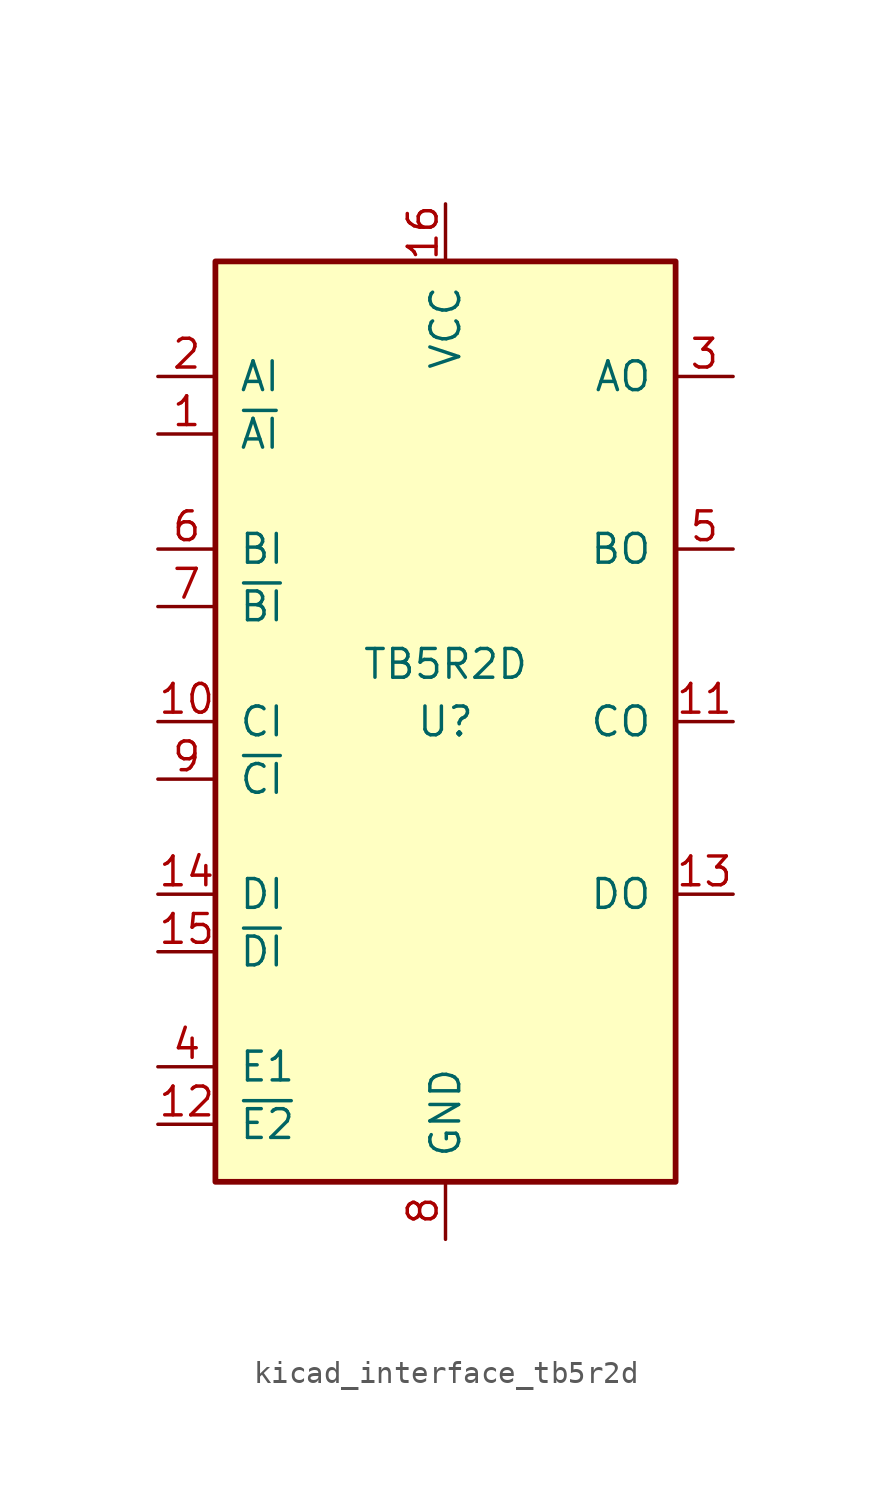
<source format=kicad_sym>
(kicad_symbol_lib
  (version 20220914)
  (generator kicad_symbol_editor)
  (symbol "kicad_interface_tb5r2d"
    (pin_names
      (offset 1.016))
    (property "Reference" "U"
      (at 0 0 0)
      (effects (font (size 1.27 1.27))))
    (property "Value" "TB5R2D"
      (at 0 2.54 0)
      (effects (font (size 1.27 1.27))))
    (symbol "kicad_interface_tb5r2d_0_1"
      (rectangle (start 10.16 -20.32) (end -10.16 20.32) (stroke (width 0.254) (type default)) (fill (type background))))
    (symbol "kicad_interface_tb5r2d_1_1"
      (pin input line (at -12.7 12.7 0) (length 2.54) (name "~{AI}" (effects (font (size 1.27 1.27)))) (number "1" (effects (font (size 1.27 1.27)))))
      (pin input line (at -12.7 0 0) (length 2.54) (name "CI" (effects (font (size 1.27 1.27)))) (number "10" (effects (font (size 1.27 1.27)))))
      (pin output line (at 12.7 0 180) (length 2.54) (name "CO" (effects (font (size 1.27 1.27)))) (number "11" (effects (font (size 1.27 1.27)))))
      (pin input line (at -12.7 -17.78 0) (length 2.54) (name "~{E2}" (effects (font (size 1.27 1.27)))) (number "12" (effects (font (size 1.27 1.27)))))
      (pin output line (at 12.7 -7.62 180) (length 2.54) (name "DO" (effects (font (size 1.27 1.27)))) (number "13" (effects (font (size 1.27 1.27)))))
      (pin input line (at -12.7 -7.62 0) (length 2.54) (name "DI" (effects (font (size 1.27 1.27)))) (number "14" (effects (font (size 1.27 1.27)))))
      (pin input line (at -12.7 -10.16 0) (length 2.54) (name "~{DI}" (effects (font (size 1.27 1.27)))) (number "15" (effects (font (size 1.27 1.27)))))
      (pin power_in line (at 0 22.86 270) (length 2.54) (name "VCC" (effects (font (size 1.27 1.27)))) (number "16" (effects (font (size 1.27 1.27)))))
      (pin input line (at -12.7 15.24 0) (length 2.54) (name "AI" (effects (font (size 1.27 1.27)))) (number "2" (effects (font (size 1.27 1.27)))))
      (pin output line (at 12.7 15.24 180) (length 2.54) (name "AO" (effects (font (size 1.27 1.27)))) (number "3" (effects (font (size 1.27 1.27)))))
      (pin input line (at -12.7 -15.24 0) (length 2.54) (name "E1" (effects (font (size 1.27 1.27)))) (number "4" (effects (font (size 1.27 1.27)))))
      (pin output line (at 12.7 7.62 180) (length 2.54) (name "BO" (effects (font (size 1.27 1.27)))) (number "5" (effects (font (size 1.27 1.27)))))
      (pin input line (at -12.7 7.62 0) (length 2.54) (name "BI" (effects (font (size 1.27 1.27)))) (number "6" (effects (font (size 1.27 1.27)))))
      (pin input line (at -12.7 5.08 0) (length 2.54) (name "~{BI}" (effects (font (size 1.27 1.27)))) (number "7" (effects (font (size 1.27 1.27)))))
      (pin power_in line (at 0 -22.86 90) (length 2.54) (name "GND" (effects (font (size 1.27 1.27)))) (number "8" (effects (font (size 1.27 1.27)))))
      (pin input line (at -12.7 -2.54 0) (length 2.54) (name "~{CI}" (effects (font (size 1.27 1.27)))) (number "9" (effects (font (size 1.27 1.27))))))))
</source>
